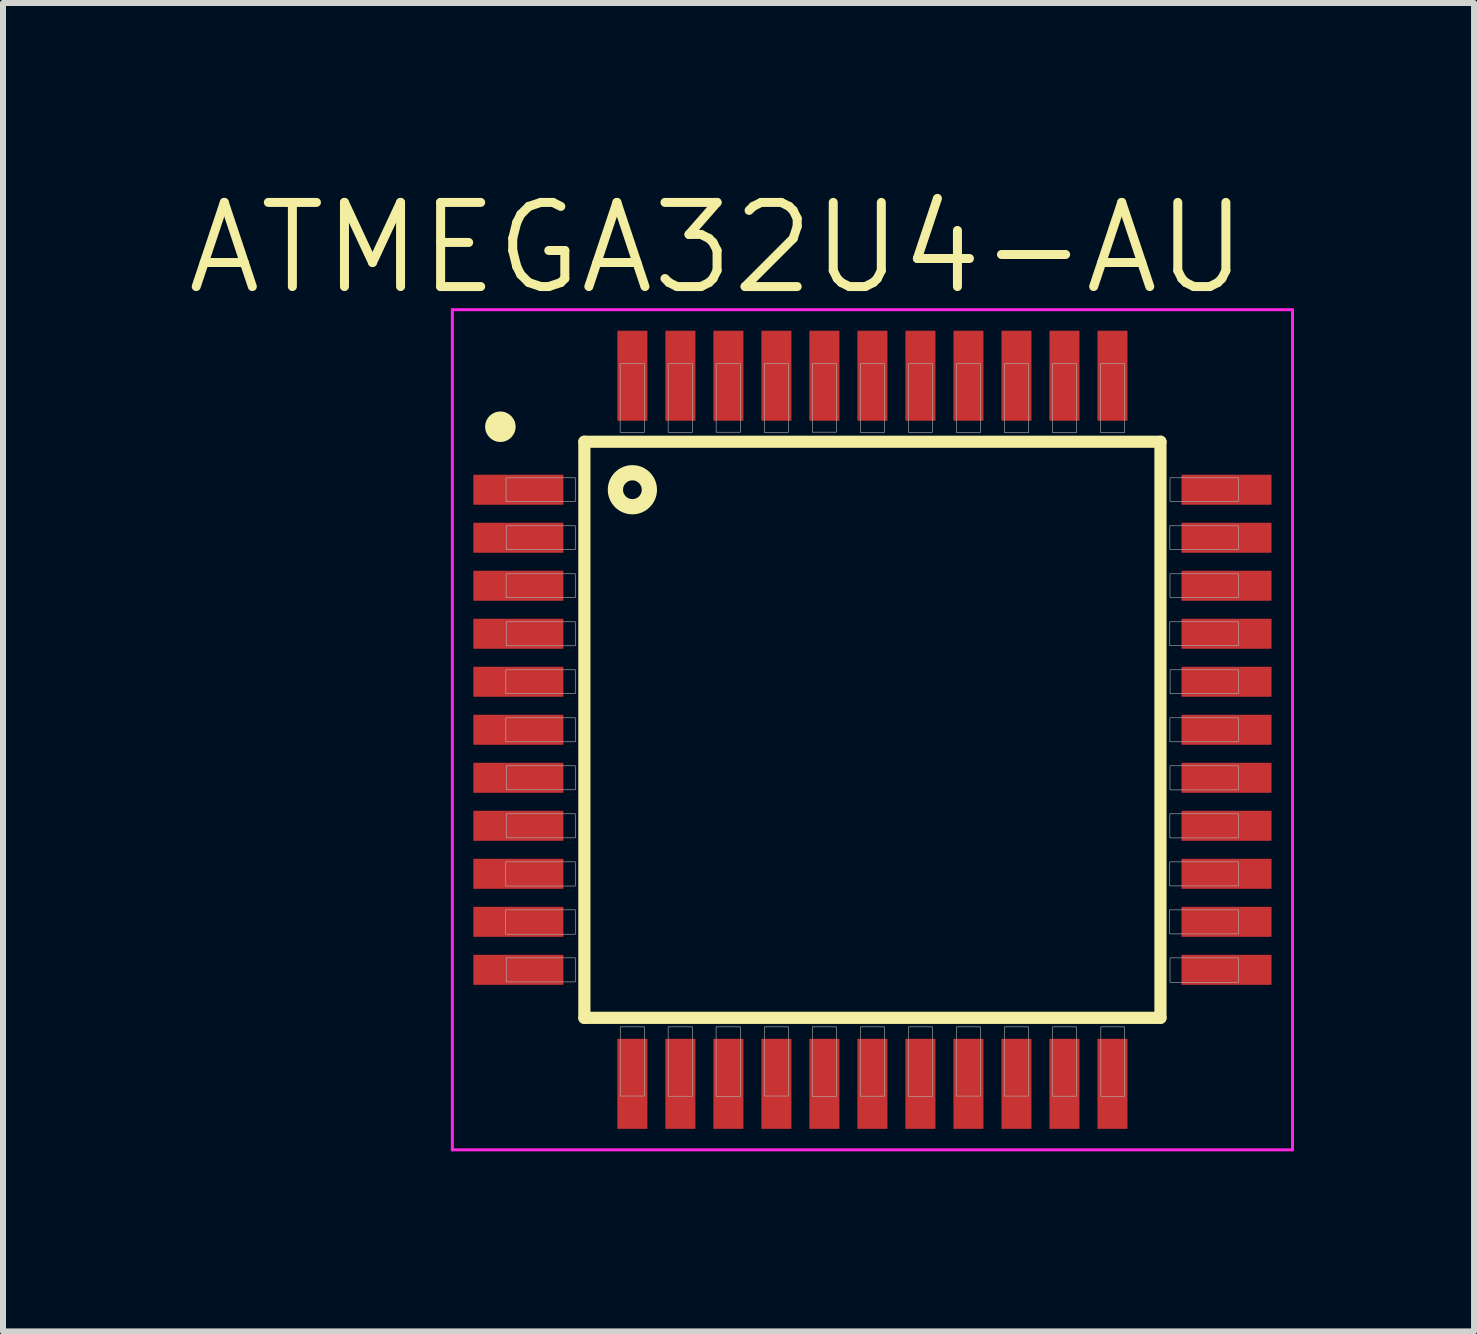
<source format=kicad_pcb>
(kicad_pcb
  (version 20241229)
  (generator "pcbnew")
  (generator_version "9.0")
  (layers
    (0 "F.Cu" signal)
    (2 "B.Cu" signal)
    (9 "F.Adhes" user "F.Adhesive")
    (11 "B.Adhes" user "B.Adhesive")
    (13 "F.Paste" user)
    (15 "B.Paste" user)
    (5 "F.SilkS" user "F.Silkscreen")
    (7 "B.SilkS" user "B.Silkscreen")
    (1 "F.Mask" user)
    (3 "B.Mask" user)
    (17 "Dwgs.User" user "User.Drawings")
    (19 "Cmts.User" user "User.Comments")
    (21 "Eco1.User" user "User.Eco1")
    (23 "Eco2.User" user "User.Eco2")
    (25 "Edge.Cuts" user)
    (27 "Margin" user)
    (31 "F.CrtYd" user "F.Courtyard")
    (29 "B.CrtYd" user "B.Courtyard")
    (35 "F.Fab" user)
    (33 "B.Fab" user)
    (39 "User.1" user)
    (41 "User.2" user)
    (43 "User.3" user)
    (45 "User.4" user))
  (footprint "ATMEGA32U4-AU"
    (layer "F.Cu")
    (at 11.488 9.111)
    (property "Reference" "ATMEGA32U4-AU" (at -2.589 -8.027 0) (layer "F.SilkS") (effects (font (size 1.402 1.402) (thickness 0.15))))
    (attr smd)
    (fp_line (start -4.8 -4.8) (end 4.8 -4.8) (stroke (width 0.203) (type solid)) (layer "F.SilkS"))
    (fp_line (start -4.8 4.8) (end -4.8 -4.8) (stroke (width 0.203) (type solid)) (layer "F.SilkS"))
    (fp_line (start 4.8 -4.8) (end 4.8 4.8) (stroke (width 0.203) (type solid)) (layer "F.SilkS"))
    (fp_line (start 4.8 4.8) (end -4.8 4.8) (stroke (width 0.203) (type solid)) (layer "F.SilkS"))
    (fp_circle (center -6.2 -5.05) (end -5.946 -5.05) (stroke (width 0) (type solid)) (fill yes) (layer "F.SilkS"))
    (fp_circle (center -4 -4) (end -3.717 -4) (stroke (width 0.254) (type solid)) (fill no) (layer "F.SilkS"))
    (fp_line (start -7 -7) (end 7 -7) (stroke (width 0.05) (type solid)) (layer "F.CrtYd"))
    (fp_line (start -7 7) (end -7 -7) (stroke (width 0.05) (type solid)) (layer "F.CrtYd"))
    (fp_line (start 7 -7) (end 7 7) (stroke (width 0.05) (type solid)) (layer "F.CrtYd"))
    (fp_line (start 7 7) (end -7 7) (stroke (width 0.05) (type solid)) (layer "F.CrtYd"))
    (fp_poly (pts (xy -6.112 3) (xy -4.95 3) (xy -4.95 3.407) (xy -6.112 3.407)) (stroke (width 0.01) (type solid)) (fill no) (layer "F.Fab"))
    (fp_poly (pts (xy -6.11 2.2) (xy -4.95 2.2) (xy -4.95 2.604) (xy -6.11 2.604)) (stroke (width 0.01) (type solid)) (fill no) (layer "F.Fab"))
    (fp_poly (pts (xy -6.109 -1) (xy -4.95 -1) (xy -4.95 -0.601) (xy -6.109 -0.601)) (stroke (width 0.01) (type solid)) (fill no) (layer "F.Fab"))
    (fp_poly (pts (xy -6.109 -0.2) (xy -4.95 -0.2) (xy -4.95 0.2) (xy -6.109 0.2)) (stroke (width 0.01) (type solid)) (fill no) (layer "F.Fab"))
    (fp_poly (pts (xy -6.105 -4.2) (xy -4.95 -4.2) (xy -4.95 -3.803) (xy -6.105 -3.803)) (stroke (width 0.01) (type solid)) (fill no) (layer "F.Fab"))
    (fp_poly (pts (xy -6.104 -2.6) (xy -4.95 -2.6) (xy -4.95 -2.201) (xy -6.104 -2.201)) (stroke (width 0.01) (type solid)) (fill no) (layer "F.Fab"))
    (fp_poly (pts (xy -6.102 1.4) (xy -4.95 1.4) (xy -4.95 1.801) (xy -6.102 1.801)) (stroke (width 0.01) (type solid)) (fill no) (layer "F.Fab"))
    (fp_poly (pts (xy -6.102 -1.8) (xy -4.95 -1.8) (xy -4.95 -1.4) (xy -6.102 -1.4)) (stroke (width 0.01) (type solid)) (fill no) (layer "F.Fab"))
    (fp_poly (pts (xy -6.102 3.8) (xy -4.95 3.8) (xy -4.95 4.201) (xy -6.102 4.201)) (stroke (width 0.01) (type solid)) (fill no) (layer "F.Fab"))
    (fp_poly (pts (xy -6.102 -3.4) (xy -4.95 -3.4) (xy -4.95 -3.001) (xy -6.102 -3.001)) (stroke (width 0.01) (type solid)) (fill no) (layer "F.Fab"))
    (fp_poly (pts (xy -6.1 0.6) (xy -4.95 0.6) (xy -4.95 1) (xy -6.1 1)) (stroke (width 0.01) (type solid)) (fill no) (layer "F.Fab"))
    (fp_poly (pts (xy -4.204 -6.1) (xy -3.8 -6.1) (xy -3.8 -4.955) (xy -4.204 -4.955)) (stroke (width 0.01) (type solid)) (fill no) (layer "F.Fab"))
    (fp_poly (pts (xy -4.202 4.95) (xy -3.8 4.95) (xy -3.8 6.103) (xy -4.202 6.103)) (stroke (width 0.01) (type solid)) (fill no) (layer "F.Fab"))
    (fp_poly (pts (xy -3.404 -6.1) (xy -3 -6.1) (xy -3 -4.956) (xy -3.404 -4.956)) (stroke (width 0.01) (type solid)) (fill no) (layer "F.Fab"))
    (fp_poly (pts (xy -3.404 4.95) (xy -3 4.95) (xy -3 6.107) (xy -3.404 6.107)) (stroke (width 0.01) (type solid)) (fill no) (layer "F.Fab"))
    (fp_poly (pts (xy -2.605 4.95) (xy -2.2 4.95) (xy -2.2 6.112) (xy -2.605 6.112)) (stroke (width 0.01) (type solid)) (fill no) (layer "F.Fab"))
    (fp_poly (pts (xy -2.604 -6.1) (xy -2.2 -6.1) (xy -2.2 -4.958) (xy -2.604 -4.958)) (stroke (width 0.01) (type solid)) (fill no) (layer "F.Fab"))
    (fp_poly (pts (xy -1.802 -6.1) (xy -1.4 -6.1) (xy -1.4 -4.956) (xy -1.802 -4.956)) (stroke (width 0.01) (type solid)) (fill no) (layer "F.Fab"))
    (fp_poly (pts (xy -1.801 4.95) (xy -1.4 4.95) (xy -1.4 6.103) (xy -1.801 6.103)) (stroke (width 0.01) (type solid)) (fill no) (layer "F.Fab"))
    (fp_poly (pts (xy -1.002 -6.1) (xy -0.6 -6.1) (xy -0.6 -4.959) (xy -1.002 -4.959)) (stroke (width 0.01) (type solid)) (fill no) (layer "F.Fab"))
    (fp_poly (pts (xy -1.002 4.95) (xy -0.6 4.95) (xy -0.6 6.11) (xy -1.002 6.11)) (stroke (width 0.01) (type solid)) (fill no) (layer "F.Fab"))
    (fp_poly (pts (xy -0.2 4.95) (xy 0.2 4.95) (xy 0.2 6.106) (xy -0.2 6.106)) (stroke (width 0.01) (type solid)) (fill no) (layer "F.Fab"))
    (fp_poly (pts (xy -0.2 -6.1) (xy 0.2 -6.1) (xy 0.2 -4.954) (xy -0.2 -4.954)) (stroke (width 0.01) (type solid)) (fill no) (layer "F.Fab"))
    (fp_poly (pts (xy 0.601 4.95) (xy 1 4.95) (xy 1 6.109) (xy 0.601 6.109)) (stroke (width 0.01) (type solid)) (fill no) (layer "F.Fab"))
    (fp_poly (pts (xy 0.601 -6.1) (xy 1 -6.1) (xy 1 -4.957) (xy 0.601 -4.957)) (stroke (width 0.01) (type solid)) (fill no) (layer "F.Fab"))
    (fp_poly (pts (xy 1.401 4.95) (xy 1.8 4.95) (xy 1.8 6.104) (xy 1.401 6.104)) (stroke (width 0.01) (type solid)) (fill no) (layer "F.Fab"))
    (fp_poly (pts (xy 1.401 -6.1) (xy 1.8 -6.1) (xy 1.8 -4.954) (xy 1.401 -4.954)) (stroke (width 0.01) (type solid)) (fill no) (layer "F.Fab"))
    (fp_poly (pts (xy 2.2 -6.1) (xy 2.6 -6.1) (xy 2.6 -4.951) (xy 2.2 -4.951)) (stroke (width 0.01) (type solid)) (fill no) (layer "F.Fab"))
    (fp_poly (pts (xy 2.201 4.95) (xy 2.6 4.95) (xy 2.6 6.104) (xy 2.201 6.104)) (stroke (width 0.01) (type solid)) (fill no) (layer "F.Fab"))
    (fp_poly (pts (xy 3.002 -6.1) (xy 3.4 -6.1) (xy 3.4 -4.953) (xy 3.002 -4.953)) (stroke (width 0.01) (type solid)) (fill no) (layer "F.Fab"))
    (fp_poly (pts (xy 3.003 4.95) (xy 3.4 4.95) (xy 3.4 6.106) (xy 3.003 6.106)) (stroke (width 0.01) (type solid)) (fill no) (layer "F.Fab"))
    (fp_poly (pts (xy 3.802 -6.1) (xy 4.2 -6.1) (xy 4.2 -4.953) (xy 3.802 -4.953)) (stroke (width 0.01) (type solid)) (fill no) (layer "F.Fab"))
    (fp_poly (pts (xy 3.806 4.95) (xy 4.2 4.95) (xy 4.2 6.109) (xy 3.806 6.109)) (stroke (width 0.01) (type solid)) (fill no) (layer "F.Fab"))
    (fp_poly (pts (xy 4.951 3) (xy 6.1 3) (xy 6.1 3.401) (xy 4.951 3.401)) (stroke (width 0.01) (type solid)) (fill no) (layer "F.Fab"))
    (fp_poly (pts (xy 4.954 2.2) (xy 6.1 2.2) (xy 6.1 2.602) (xy 4.954 2.602)) (stroke (width 0.01) (type solid)) (fill no) (layer "F.Fab"))
    (fp_poly (pts (xy 4.955 -1.8) (xy 6.1 -1.8) (xy 6.1 -1.401) (xy 4.955 -1.401)) (stroke (width 0.01) (type solid)) (fill no) (layer "F.Fab"))
    (fp_poly (pts (xy 4.956 1.4) (xy 6.1 1.4) (xy 6.1 1.802) (xy 4.956 1.802)) (stroke (width 0.01) (type solid)) (fill no) (layer "F.Fab"))
    (fp_poly (pts (xy 4.956 -3.4) (xy 6.1 -3.4) (xy 6.1 -3.004) (xy 4.956 -3.004)) (stroke (width 0.01) (type solid)) (fill no) (layer "F.Fab"))
    (fp_poly (pts (xy 4.957 -0.2) (xy 6.1 -0.2) (xy 6.1 0.2) (xy 4.957 0.2)) (stroke (width 0.01) (type solid)) (fill no) (layer "F.Fab"))
    (fp_poly (pts (xy 4.958 -2.6) (xy 6.1 -2.6) (xy 6.1 -2.203) (xy 4.958 -2.203)) (stroke (width 0.01) (type solid)) (fill no) (layer "F.Fab"))
    (fp_poly (pts (xy 4.958 0.6) (xy 6.1 0.6) (xy 6.1 1.002) (xy 4.958 1.002)) (stroke (width 0.01) (type solid)) (fill no) (layer "F.Fab"))
    (fp_poly (pts (xy 4.959 -4.2) (xy 6.1 -4.2) (xy 6.1 -3.807) (xy 4.959 -3.807)) (stroke (width 0.01) (type solid)) (fill no) (layer "F.Fab"))
    (fp_poly (pts (xy 4.959 3.8) (xy 6.1 3.8) (xy 6.1 4.208) (xy 4.959 4.208)) (stroke (width 0.01) (type solid)) (fill no) (layer "F.Fab"))
    (fp_poly (pts (xy 4.96 -1) (xy 6.1 -1) (xy 6.1 -0.601) (xy 4.96 -0.601)) (stroke (width 0.01) (type solid)) (fill no) (layer "F.Fab"))
    (pad "1" smd rect (at -5.9 -4) (size 1.5 0.5) (layers "F.Cu" "F.Mask" "F.Paste"))
    (pad "2" smd rect (at -5.9 -3.2) (size 1.5 0.5) (layers "F.Cu" "F.Mask" "F.Paste"))
    (pad "3" smd rect (at -5.9 -2.4) (size 1.5 0.5) (layers "F.Cu" "F.Mask" "F.Paste"))
    (pad "4" smd rect (at -5.9 -1.6) (size 1.5 0.5) (layers "F.Cu" "F.Mask" "F.Paste"))
    (pad "5" smd rect (at -5.9 -0.8) (size 1.5 0.5) (layers "F.Cu" "F.Mask" "F.Paste"))
    (pad "6" smd rect (at -5.9 0) (size 1.5 0.5) (layers "F.Cu" "F.Mask" "F.Paste"))
    (pad "7" smd rect (at -5.9 0.8) (size 1.5 0.5) (layers "F.Cu" "F.Mask" "F.Paste"))
    (pad "8" smd rect (at -5.9 1.6) (size 1.5 0.5) (layers "F.Cu" "F.Mask" "F.Paste"))
    (pad "9" smd rect (at -5.9 2.4) (size 1.5 0.5) (layers "F.Cu" "F.Mask" "F.Paste"))
    (pad "10" smd rect (at -5.9 3.2) (size 1.5 0.5) (layers "F.Cu" "F.Mask" "F.Paste"))
    (pad "11" smd rect (at -5.9 4) (size 1.5 0.5) (layers "F.Cu" "F.Mask" "F.Paste"))
    (pad "12" smd rect (at -4 5.9) (size 0.5 1.5) (layers "F.Cu" "F.Mask" "F.Paste"))
    (pad "13" smd rect (at -3.2 5.9) (size 0.5 1.5) (layers "F.Cu" "F.Mask" "F.Paste"))
    (pad "14" smd rect (at -2.4 5.9) (size 0.5 1.5) (layers "F.Cu" "F.Mask" "F.Paste"))
    (pad "15" smd rect (at -1.6 5.9) (size 0.5 1.5) (layers "F.Cu" "F.Mask" "F.Paste"))
    (pad "16" smd rect (at -0.8 5.9) (size 0.5 1.5) (layers "F.Cu" "F.Mask" "F.Paste"))
    (pad "17" smd rect (at 0 5.9) (size 0.5 1.5) (layers "F.Cu" "F.Mask" "F.Paste"))
    (pad "18" smd rect (at 0.8 5.9) (size 0.5 1.5) (layers "F.Cu" "F.Mask" "F.Paste"))
    (pad "19" smd rect (at 1.6 5.9) (size 0.5 1.5) (layers "F.Cu" "F.Mask" "F.Paste"))
    (pad "20" smd rect (at 2.4 5.9) (size 0.5 1.5) (layers "F.Cu" "F.Mask" "F.Paste"))
    (pad "21" smd rect (at 3.2 5.9) (size 0.5 1.5) (layers "F.Cu" "F.Mask" "F.Paste"))
    (pad "22" smd rect (at 4 5.9) (size 0.5 1.5) (layers "F.Cu" "F.Mask" "F.Paste"))
    (pad "23" smd rect (at 5.9 4) (size 1.5 0.5) (layers "F.Cu" "F.Mask" "F.Paste"))
    (pad "24" smd rect (at 5.9 3.2) (size 1.5 0.5) (layers "F.Cu" "F.Mask" "F.Paste"))
    (pad "25" smd rect (at 5.9 2.4) (size 1.5 0.5) (layers "F.Cu" "F.Mask" "F.Paste"))
    (pad "26" smd rect (at 5.9 1.6) (size 1.5 0.5) (layers "F.Cu" "F.Mask" "F.Paste"))
    (pad "27" smd rect (at 5.9 0.8) (size 1.5 0.5) (layers "F.Cu" "F.Mask" "F.Paste"))
    (pad "28" smd rect (at 5.9 0) (size 1.5 0.5) (layers "F.Cu" "F.Mask" "F.Paste"))
    (pad "29" smd rect (at 5.9 -0.8) (size 1.5 0.5) (layers "F.Cu" "F.Mask" "F.Paste"))
    (pad "30" smd rect (at 5.9 -1.6) (size 1.5 0.5) (layers "F.Cu" "F.Mask" "F.Paste"))
    (pad "31" smd rect (at 5.9 -2.4) (size 1.5 0.5) (layers "F.Cu" "F.Mask" "F.Paste"))
    (pad "32" smd rect (at 5.9 -3.2) (size 1.5 0.5) (layers "F.Cu" "F.Mask" "F.Paste"))
    (pad "33" smd rect (at 5.9 -4) (size 1.5 0.5) (layers "F.Cu" "F.Mask" "F.Paste"))
    (pad "34" smd rect (at 4 -5.9) (size 0.5 1.5) (layers "F.Cu" "F.Mask" "F.Paste"))
    (pad "35" smd rect (at 3.2 -5.9) (size 0.5 1.5) (layers "F.Cu" "F.Mask" "F.Paste"))
    (pad "36" smd rect (at 2.4 -5.9) (size 0.5 1.5) (layers "F.Cu" "F.Mask" "F.Paste"))
    (pad "37" smd rect (at 1.6 -5.9) (size 0.5 1.5) (layers "F.Cu" "F.Mask" "F.Paste"))
    (pad "38" smd rect (at 0.8 -5.9) (size 0.5 1.5) (layers "F.Cu" "F.Mask" "F.Paste"))
    (pad "39" smd rect (at 0 -5.9) (size 0.5 1.5) (layers "F.Cu" "F.Mask" "F.Paste"))
    (pad "40" smd rect (at -0.8 -5.9) (size 0.5 1.5) (layers "F.Cu" "F.Mask" "F.Paste"))
    (pad "41" smd rect (at -1.6 -5.9) (size 0.5 1.5) (layers "F.Cu" "F.Mask" "F.Paste"))
    (pad "42" smd rect (at -2.4 -5.9) (size 0.5 1.5) (layers "F.Cu" "F.Mask" "F.Paste"))
    (pad "43" smd rect (at -3.2 -5.9) (size 0.5 1.5) (layers "F.Cu" "F.Mask" "F.Paste"))
    (pad "44" smd rect (at -4 -5.9) (size 0.5 1.5) (layers "F.Cu" "F.Mask" "F.Paste")))
  (gr_rect
    (start -3 -3)
    (end 21.513 19.136)
    (stroke (width 0.1) (type default))
    (fill no)
    (layer "Edge.Cuts")))
</source>
